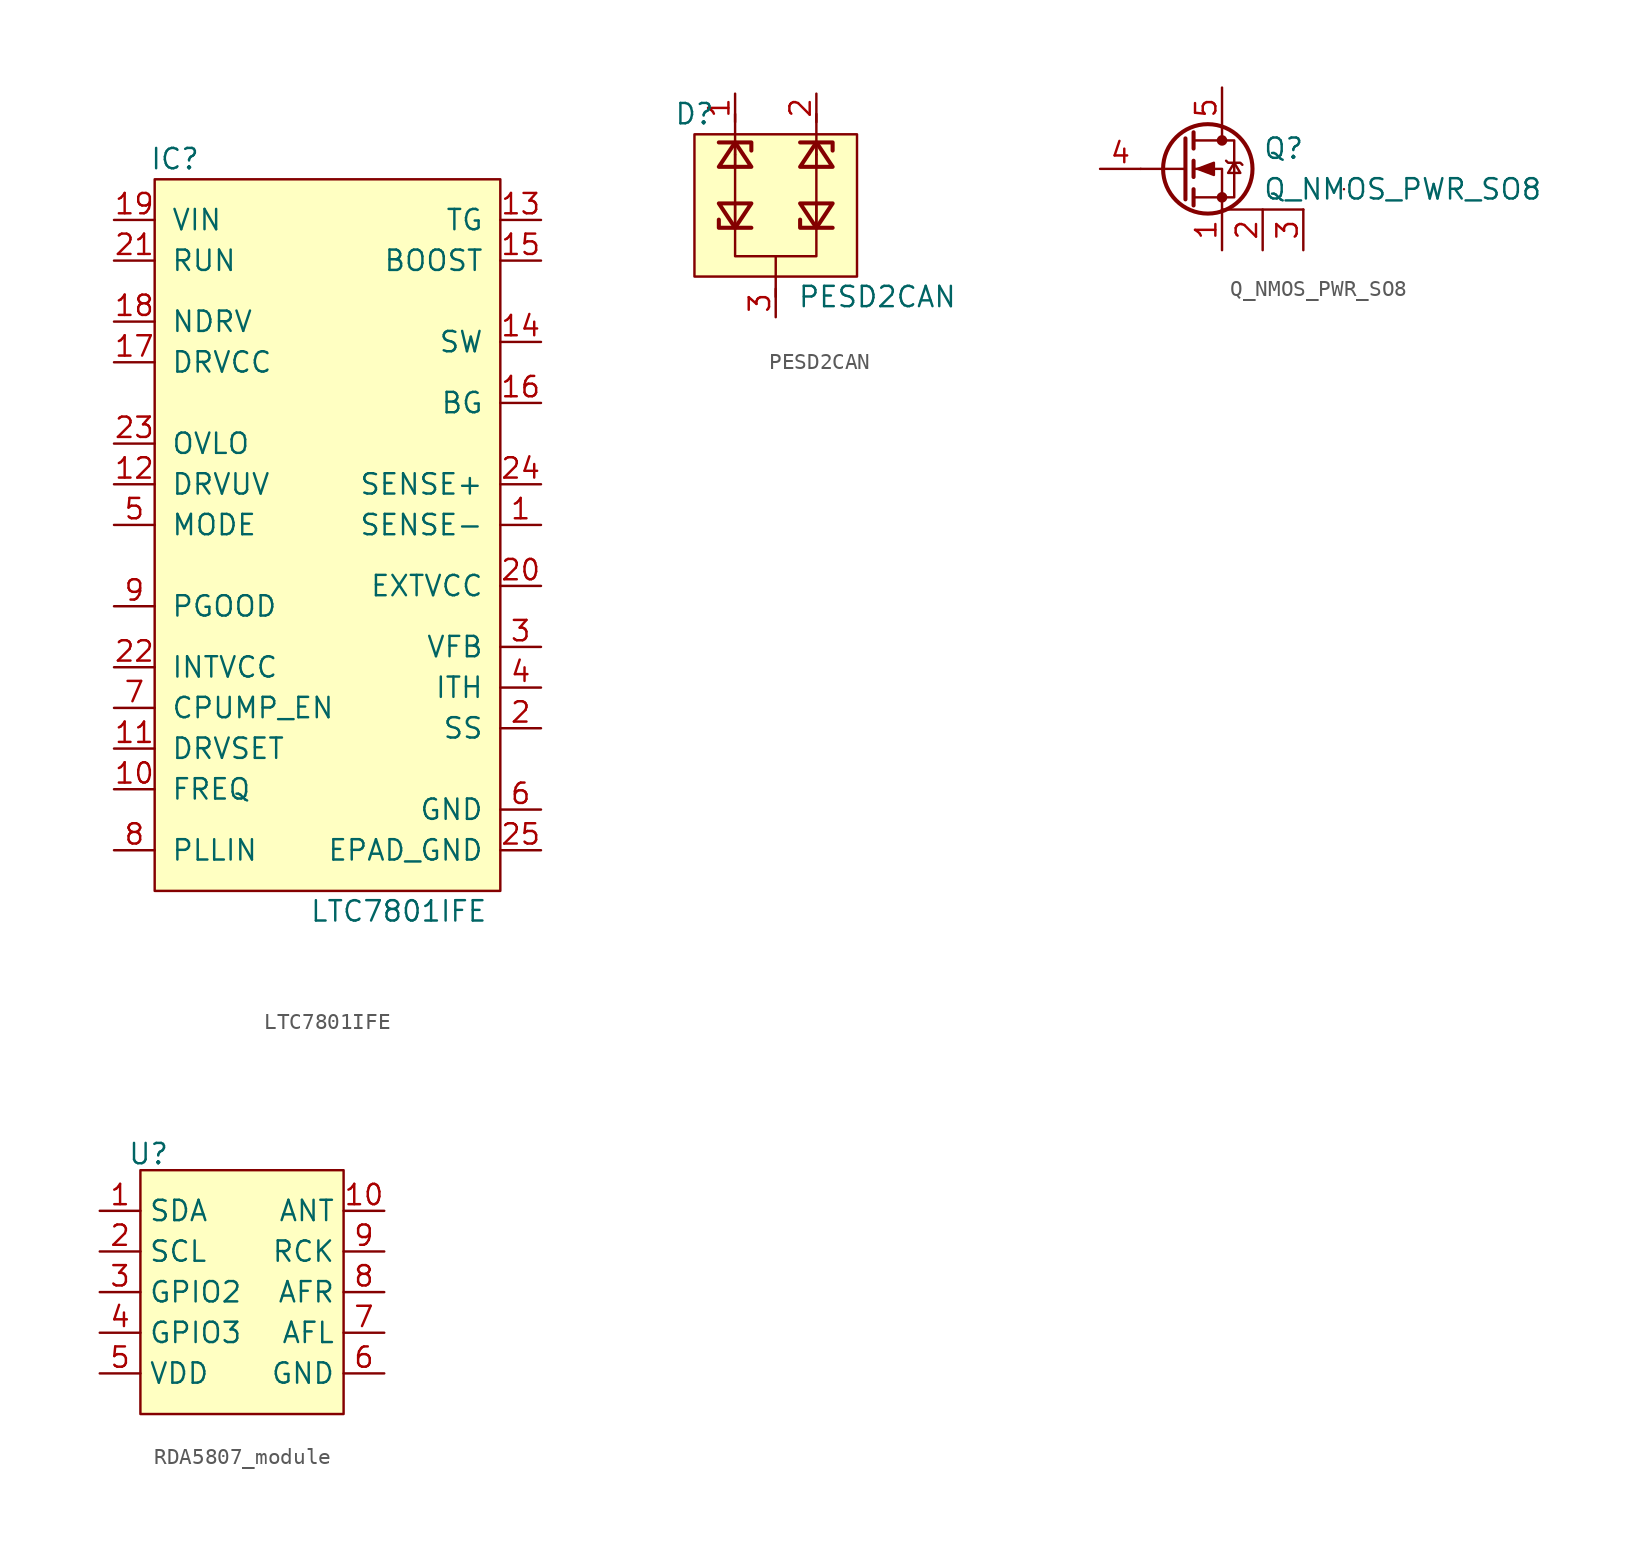
<source format=kicad_sym>
(kicad_symbol_lib
  (version 20231120)
  (generator "kicad_symbol_editor")
  (generator_version "8.0")
  (symbol "LTC7801IFE"
    (pin_names
      (offset 1.016))
    (property "Reference" "IC"
      (at -10.16 24.13 0)
      (effects (font (size 1.27 1.27))))
    (property "Value" "LTC7801IFE"
      (at 3.81 -22.86 0)
      (effects (font (size 1.27 1.27))))
    (symbol "LTC7801IFE_0_1"
      (rectangle (start -11.43 22.86) (end 10.16 -21.59) (stroke (width 0) (type default)) (fill (type background))))
    (symbol "LTC7801IFE_1_1"
      (pin input line (at 12.7 1.27 180) (length 2.54) (name "SENSE-" (effects (font (size 1.27 1.27)))) (number "1" (effects (font (size 1.27 1.27)))))
      (pin input line (at -13.97 -15.24 0) (length 2.54) (name "FREQ" (effects (font (size 1.27 1.27)))) (number "10" (effects (font (size 1.27 1.27)))))
      (pin input line (at -13.97 -12.7 0) (length 2.54) (name "DRVSET" (effects (font (size 1.27 1.27)))) (number "11" (effects (font (size 1.27 1.27)))))
      (pin input line (at -13.97 3.81 0) (length 2.54) (name "DRVUV" (effects (font (size 1.27 1.27)))) (number "12" (effects (font (size 1.27 1.27)))))
      (pin input line (at 12.7 20.32 180) (length 2.54) (name "TG" (effects (font (size 1.27 1.27)))) (number "13" (effects (font (size 1.27 1.27)))))
      (pin input line (at 12.7 12.7 180) (length 2.54) (name "SW" (effects (font (size 1.27 1.27)))) (number "14" (effects (font (size 1.27 1.27)))))
      (pin input line (at 12.7 17.78 180) (length 2.54) (name "BOOST" (effects (font (size 1.27 1.27)))) (number "15" (effects (font (size 1.27 1.27)))))
      (pin input line (at 12.7 8.89 180) (length 2.54) (name "BG" (effects (font (size 1.27 1.27)))) (number "16" (effects (font (size 1.27 1.27)))))
      (pin input line (at -13.97 11.43 0) (length 2.54) (name "DRVCC" (effects (font (size 1.27 1.27)))) (number "17" (effects (font (size 1.27 1.27)))))
      (pin input line (at -13.97 13.97 0) (length 2.54) (name "NDRV" (effects (font (size 1.27 1.27)))) (number "18" (effects (font (size 1.27 1.27)))))
      (pin input line (at -13.97 20.32 0) (length 2.54) (name "VIN" (effects (font (size 1.27 1.27)))) (number "19" (effects (font (size 1.27 1.27)))))
      (pin input line (at 12.7 -11.43 180) (length 2.54) (name "SS" (effects (font (size 1.27 1.27)))) (number "2" (effects (font (size 1.27 1.27)))))
      (pin input line (at 12.7 -2.54 180) (length 2.54) (name "EXTVCC" (effects (font (size 1.27 1.27)))) (number "20" (effects (font (size 1.27 1.27)))))
      (pin input line (at -13.97 17.78 0) (length 2.54) (name "RUN" (effects (font (size 1.27 1.27)))) (number "21" (effects (font (size 1.27 1.27)))))
      (pin input line (at -13.97 -7.62 0) (length 2.54) (name "INTVCC" (effects (font (size 1.27 1.27)))) (number "22" (effects (font (size 1.27 1.27)))))
      (pin input line (at -13.97 6.35 0) (length 2.54) (name "OVLO" (effects (font (size 1.27 1.27)))) (number "23" (effects (font (size 1.27 1.27)))))
      (pin input line (at 12.7 3.81 180) (length 2.54) (name "SENSE+" (effects (font (size 1.27 1.27)))) (number "24" (effects (font (size 1.27 1.27)))))
      (pin input line (at 12.7 -19.05 180) (length 2.54) (name "EPAD_GND" (effects (font (size 1.27 1.27)))) (number "25" (effects (font (size 1.27 1.27)))))
      (pin input line (at 12.7 -6.35 180) (length 2.54) (name "VFB" (effects (font (size 1.27 1.27)))) (number "3" (effects (font (size 1.27 1.27)))))
      (pin input line (at 12.7 -8.89 180) (length 2.54) (name "ITH" (effects (font (size 1.27 1.27)))) (number "4" (effects (font (size 1.27 1.27)))))
      (pin input line (at -13.97 1.27 0) (length 2.54) (name "MODE" (effects (font (size 1.27 1.27)))) (number "5" (effects (font (size 1.27 1.27)))))
      (pin input line (at 12.7 -16.51 180) (length 2.54) (name "GND" (effects (font (size 1.27 1.27)))) (number "6" (effects (font (size 1.27 1.27)))))
      (pin input line (at -13.97 -10.16 0) (length 2.54) (name "CPUMP_EN" (effects (font (size 1.27 1.27)))) (number "7" (effects (font (size 1.27 1.27)))))
      (pin input line (at -13.97 -19.05 0) (length 2.54) (name "PLLIN" (effects (font (size 1.27 1.27)))) (number "8" (effects (font (size 1.27 1.27)))))
      (pin input line (at -13.97 -3.81 0) (length 2.54) (name "PGOOD" (effects (font (size 1.27 1.27)))) (number "9" (effects (font (size 1.27 1.27)))))))
  (symbol "PESD2CAN"
    (pin_names
      (offset 1.016) hide)
    (property "Reference" "D"
      (at -5.08 5.08 0)
      (effects (font (size 1.27 1.27))))
    (property "Value" "PESD2CAN"
      (at 6.35 -6.35 0)
      (effects (font (size 1.27 1.27))))
    (symbol "PESD2CAN_0_1"
      (rectangle (start -5.08 3.81) (end 5.08 -5.08) (stroke (width 0) (type default)) (fill (type background)))
      (polyline (pts (xy -2.54 5.08) (xy -2.54 2.54)) (stroke (width 0) (type default)) (fill (type none)))
      (polyline (pts (xy 0 -6.35) (xy 0 -5.08)) (stroke (width 0) (type default)) (fill (type none)))
      (polyline (pts (xy 0 -5.08) (xy 0 -3.81)) (stroke (width 0) (type default)) (fill (type none)))
      (polyline (pts (xy 2.54 5.08) (xy 2.54 2.54)) (stroke (width 0) (type default)) (fill (type none)))
      (polyline (pts (xy -2.54 2.54) (xy -2.54 -3.81) (xy 2.54 -3.81) (xy 2.54 2.54)) (stroke (width 0) (type default)) (fill (type none))))
    (symbol "PESD2CAN_1_1"
      (polyline (pts (xy -2.54 -0.508) (xy -2.54 -2.032)) (stroke (width 0) (type default)) (fill (type none)))
      (polyline (pts (xy -2.54 1.778) (xy -2.54 3.302)) (stroke (width 0) (type default)) (fill (type none)))
      (polyline (pts (xy 2.54 -0.508) (xy 2.54 -2.032)) (stroke (width 0) (type default)) (fill (type none)))
      (polyline (pts (xy 2.54 1.778) (xy 2.54 3.302)) (stroke (width 0) (type default)) (fill (type none)))
      (polyline (pts (xy -3.556 -1.524) (xy -3.556 -2.032) (xy -1.524 -2.032)) (stroke (width 0.254) (type default)) (fill (type none)))
      (polyline (pts (xy -1.524 2.794) (xy -1.524 3.302) (xy -3.556 3.302)) (stroke (width 0.254) (type default)) (fill (type none)))
      (polyline (pts (xy 1.524 -1.524) (xy 1.524 -2.032) (xy 3.556 -2.032)) (stroke (width 0.254) (type default)) (fill (type none)))
      (polyline (pts (xy 3.556 2.794) (xy 3.556 3.302) (xy 1.524 3.302)) (stroke (width 0.254) (type default)) (fill (type none)))
      (polyline (pts (xy -3.556 -0.508) (xy -2.54 -2.032) (xy -1.524 -0.508) (xy -3.556 -0.508)) (stroke (width 0.254) (type default)) (fill (type none)))
      (polyline (pts (xy -1.524 1.778) (xy -2.54 3.302) (xy -3.556 1.778) (xy -1.524 1.778)) (stroke (width 0.254) (type default)) (fill (type none)))
      (polyline (pts (xy 1.524 -0.508) (xy 2.54 -2.032) (xy 3.556 -0.508) (xy 1.524 -0.508)) (stroke (width 0.254) (type default)) (fill (type none)))
      (polyline (pts (xy 3.556 1.778) (xy 2.54 3.302) (xy 1.524 1.778) (xy 3.556 1.778)) (stroke (width 0.254) (type default)) (fill (type none)))
      (pin passive line (at -2.54 6.35 270) (length 1.778) (name "A1" (effects (font (size 1.27 1.27)))) (number "1" (effects (font (size 1.27 1.27)))))
      (pin passive line (at 2.54 6.35 270) (length 1.778) (name "A2" (effects (font (size 1.27 1.27)))) (number "2" (effects (font (size 1.27 1.27)))))
      (pin passive line (at 0 -7.62 90) (length 1.778) (name "G" (effects (font (size 1.27 1.27)))) (number "3" (effects (font (size 1.27 1.27)))))))
  (symbol "Q_NMOS_PWR_SO8"
    (pin_names
      (offset 0) hide)
    (property "Reference" "Q"
      (at 5.08 1.27 0)
      (effects (font (size 1.27 1.27)) (justify left)))
    (property "Value" "Q_NMOS_PWR_SO8"
      (at 5.08 -1.27 0)
      (effects (font (size 1.27 1.27)) (justify left)))
    (symbol "Q_NMOS_PWR_SO8_0_1"
      (polyline (pts (xy 0.254 0) (xy -2.54 0)) (stroke (width 0) (type default)) (fill (type none)))
      (polyline (pts (xy 0.254 1.905) (xy 0.254 -1.905)) (stroke (width 0.254) (type default)) (fill (type none)))
      (polyline (pts (xy 0.762 -1.27) (xy 0.762 -2.286)) (stroke (width 0.254) (type default)) (fill (type none)))
      (polyline (pts (xy 0.762 0.508) (xy 0.762 -0.508)) (stroke (width 0.254) (type default)) (fill (type none)))
      (polyline (pts (xy 0.762 2.286) (xy 0.762 1.27)) (stroke (width 0.254) (type default)) (fill (type none)))
      (polyline (pts (xy 2.54 -2.54) (xy 7.62 -2.54)) (stroke (width 0) (type default)) (fill (type none)))
      (polyline (pts (xy 2.54 2.54) (xy 2.54 1.778)) (stroke (width 0) (type default)) (fill (type none)))
      (polyline (pts (xy 10.16 -1.27) (xy 10.16 -1.27)) (stroke (width 0) (type default)) (fill (type none)))
      (polyline (pts (xy 2.54 -2.54) (xy 2.54 0) (xy 0.762 0)) (stroke (width 0) (type default)) (fill (type none)))
      (polyline (pts (xy 0.762 -1.778) (xy 3.302 -1.778) (xy 3.302 1.778) (xy 0.762 1.778)) (stroke (width 0) (type default)) (fill (type none)))
      (polyline (pts (xy 1.016 0) (xy 2.032 0.381) (xy 2.032 -0.381) (xy 1.016 0)) (stroke (width 0) (type default)) (fill (type outline)))
      (polyline (pts (xy 2.794 0.508) (xy 2.921 0.381) (xy 3.683 0.381) (xy 3.81 0.254)) (stroke (width 0) (type default)) (fill (type none)))
      (polyline (pts (xy 3.302 0.381) (xy 2.921 -0.254) (xy 3.683 -0.254) (xy 3.302 0.381)) (stroke (width 0) (type default)) (fill (type none)))
      (circle (center 1.651 0) (radius 2.794) (stroke (width 0.254) (type default)) (fill (type none)))
      (circle (center 2.54 -1.778) (radius 0.254) (stroke (width 0) (type default)) (fill (type outline)))
      (circle (center 2.54 1.778) (radius 0.254) (stroke (width 0) (type default)) (fill (type outline))))
    (symbol "Q_NMOS_PWR_SO8_1_1"
      (pin passive line (at 2.54 -5.08 90) (length 2.54) (name "S1" (effects (font (size 1.27 1.27)))) (number "1" (effects (font (size 1.27 1.27)))))
      (pin passive line (at 5.08 -5.08 90) (length 2.54) (name "S2" (effects (font (size 1.27 1.27)))) (number "2" (effects (font (size 1.27 1.27)))))
      (pin passive line (at 7.62 -5.08 90) (length 2.54) (name "S" (effects (font (size 1.27 1.27)))) (number "3" (effects (font (size 1.27 1.27)))))
      (pin input line (at -5.08 0 0) (length 2.54) (name "G" (effects (font (size 1.27 1.27)))) (number "4" (effects (font (size 1.27 1.27)))))
      (pin passive line (at 2.54 5.08 270) (length 2.54) (name "D" (effects (font (size 1.27 1.27)))) (number "5" (effects (font (size 1.27 1.27)))))))
  (symbol "RDA5807_module"
    (property "Reference" "U"
      (at -7.112 8.636 0)
      (effects (font (size 1.27 1.27))))
    (symbol "RDA5807_module_1_1"
      (rectangle (start -7.62 7.62) (end 5.08 -7.62) (stroke (width 0) (type default)) (fill (type background)))
      (pin input line (at -10.16 5.08 0) (length 2.54) (name "SDA" (effects (font (size 1.27 1.27)))) (number "1" (effects (font (size 1.27 1.27)))))
      (pin input line (at 7.62 5.08 180) (length 2.54) (name "ANT" (effects (font (size 1.27 1.27)))) (number "10" (effects (font (size 1.27 1.27)))))
      (pin input line (at -10.16 2.54 0) (length 2.54) (name "SCL" (effects (font (size 1.27 1.27)))) (number "2" (effects (font (size 1.27 1.27)))))
      (pin input line (at -10.16 0 0) (length 2.54) (name "GPIO2" (effects (font (size 1.27 1.27)))) (number "3" (effects (font (size 1.27 1.27)))))
      (pin input line (at -10.16 -2.54 0) (length 2.54) (name "GPIO3" (effects (font (size 1.27 1.27)))) (number "4" (effects (font (size 1.27 1.27)))))
      (pin input line (at -10.16 -5.08 0) (length 2.54) (name "VDD" (effects (font (size 1.27 1.27)))) (number "5" (effects (font (size 1.27 1.27)))))
      (pin input line (at 7.62 -5.08 180) (length 2.54) (name "GND" (effects (font (size 1.27 1.27)))) (number "6" (effects (font (size 1.27 1.27)))))
      (pin input line (at 7.62 -2.54 180) (length 2.54) (name "AFL" (effects (font (size 1.27 1.27)))) (number "7" (effects (font (size 1.27 1.27)))))
      (pin input line (at 7.62 0 180) (length 2.54) (name "AFR" (effects (font (size 1.27 1.27)))) (number "8" (effects (font (size 1.27 1.27)))))
      (pin input line (at 7.62 2.54 180) (length 2.54) (name "RCK" (effects (font (size 1.27 1.27)))) (number "9" (effects (font (size 1.27 1.27))))))))
</source>
